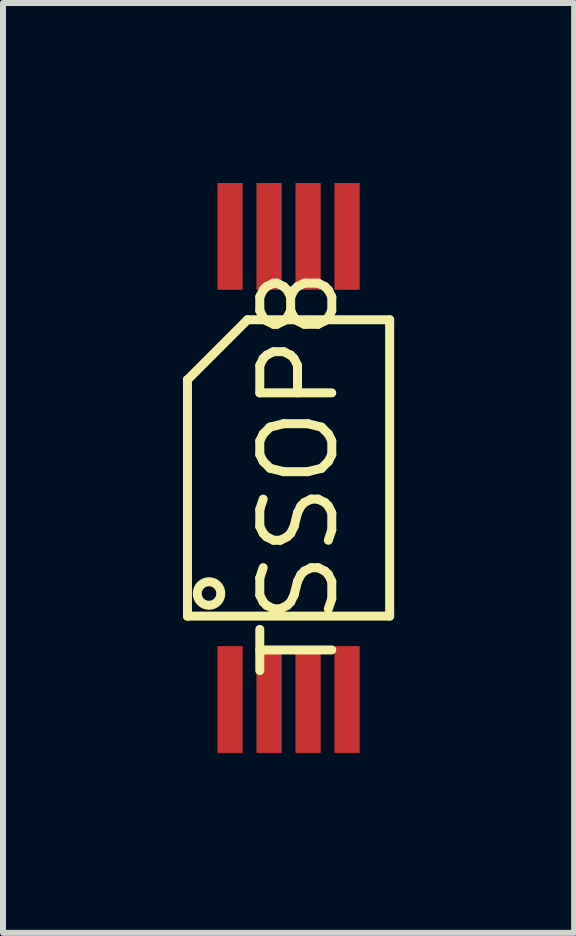
<source format=kicad_pcb>
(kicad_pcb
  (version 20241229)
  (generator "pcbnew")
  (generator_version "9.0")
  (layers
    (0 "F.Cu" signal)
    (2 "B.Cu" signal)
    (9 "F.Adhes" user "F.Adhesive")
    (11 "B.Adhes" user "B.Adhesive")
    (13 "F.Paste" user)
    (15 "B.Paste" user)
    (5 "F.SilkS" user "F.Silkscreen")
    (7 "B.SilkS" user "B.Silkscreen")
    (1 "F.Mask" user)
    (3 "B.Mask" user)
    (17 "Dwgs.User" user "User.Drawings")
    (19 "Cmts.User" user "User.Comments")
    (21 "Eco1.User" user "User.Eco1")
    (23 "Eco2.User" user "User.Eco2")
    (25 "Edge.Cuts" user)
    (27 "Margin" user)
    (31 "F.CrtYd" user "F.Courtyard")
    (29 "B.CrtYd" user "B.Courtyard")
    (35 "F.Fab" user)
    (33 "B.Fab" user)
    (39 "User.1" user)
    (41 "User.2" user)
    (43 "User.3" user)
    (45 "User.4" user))
  (footprint "TSSOP8"
    (layer "F.Cu")
    (at 1.76 4.75)
    (property "Reference" "TSSOP8" (at 0.173 0.091 90) (layer "F.SilkS") (effects (font (size 1.2 1.2) (thickness 0.15))))
    (attr through_hole)
    (fp_line (start -1.685 -1.47) (end -1.685 2.47) (stroke (width 0.15) (type solid)) (layer "F.SilkS"))
    (fp_line (start -1.685 2.47) (end 1.685 2.47) (stroke (width 0.15) (type solid)) (layer "F.SilkS"))
    (fp_line (start -0.685 -2.47) (end -1.685 -1.47) (stroke (width 0.15) (type solid)) (layer "F.SilkS"))
    (fp_line (start 1.685 -2.47) (end -0.685 -2.47) (stroke (width 0.15) (type solid)) (layer "F.SilkS"))
    (fp_line (start 1.685 2.47) (end 1.685 -2.47) (stroke (width 0.15) (type solid)) (layer "F.SilkS"))
    (fp_circle (center -1.326 2.093) (end -1.519 2.129) (stroke (width 0.15) (type solid)) (fill no) (layer "F.SilkS"))
    (pad "1" smd rect (at -0.975 3.86) (size 0.42 1.78) (layers "F.Cu" "F.Mask" "F.Paste"))
    (pad "2" smd rect (at -0.325 3.86) (size 0.42 1.78) (layers "F.Cu" "F.Mask" "F.Paste"))
    (pad "3" smd rect (at 0.325 3.86) (size 0.42 1.78) (layers "F.Cu" "F.Mask" "F.Paste"))
    (pad "4" smd rect (at 0.975 3.86) (size 0.42 1.78) (layers "F.Cu" "F.Mask" "F.Paste"))
    (pad "5" smd rect (at 0.975 -3.86) (size 0.42 1.78) (layers "F.Cu" "F.Mask" "F.Paste"))
    (pad "6" smd rect (at 0.325 -3.86) (size 0.42 1.78) (layers "F.Cu" "F.Mask" "F.Paste"))
    (pad "7" smd rect (at -0.325 -3.86) (size 0.42 1.78) (layers "F.Cu" "F.Mask" "F.Paste"))
    (pad "8" smd rect (at -0.975 -3.86) (size 0.42 1.78) (layers "F.Cu" "F.Mask" "F.Paste")))
  (gr_rect
    (start -3 -3)
    (end 6.52 12.5)
    (stroke (width 0.1) (type default))
    (fill no)
    (layer "Edge.Cuts")))
</source>
